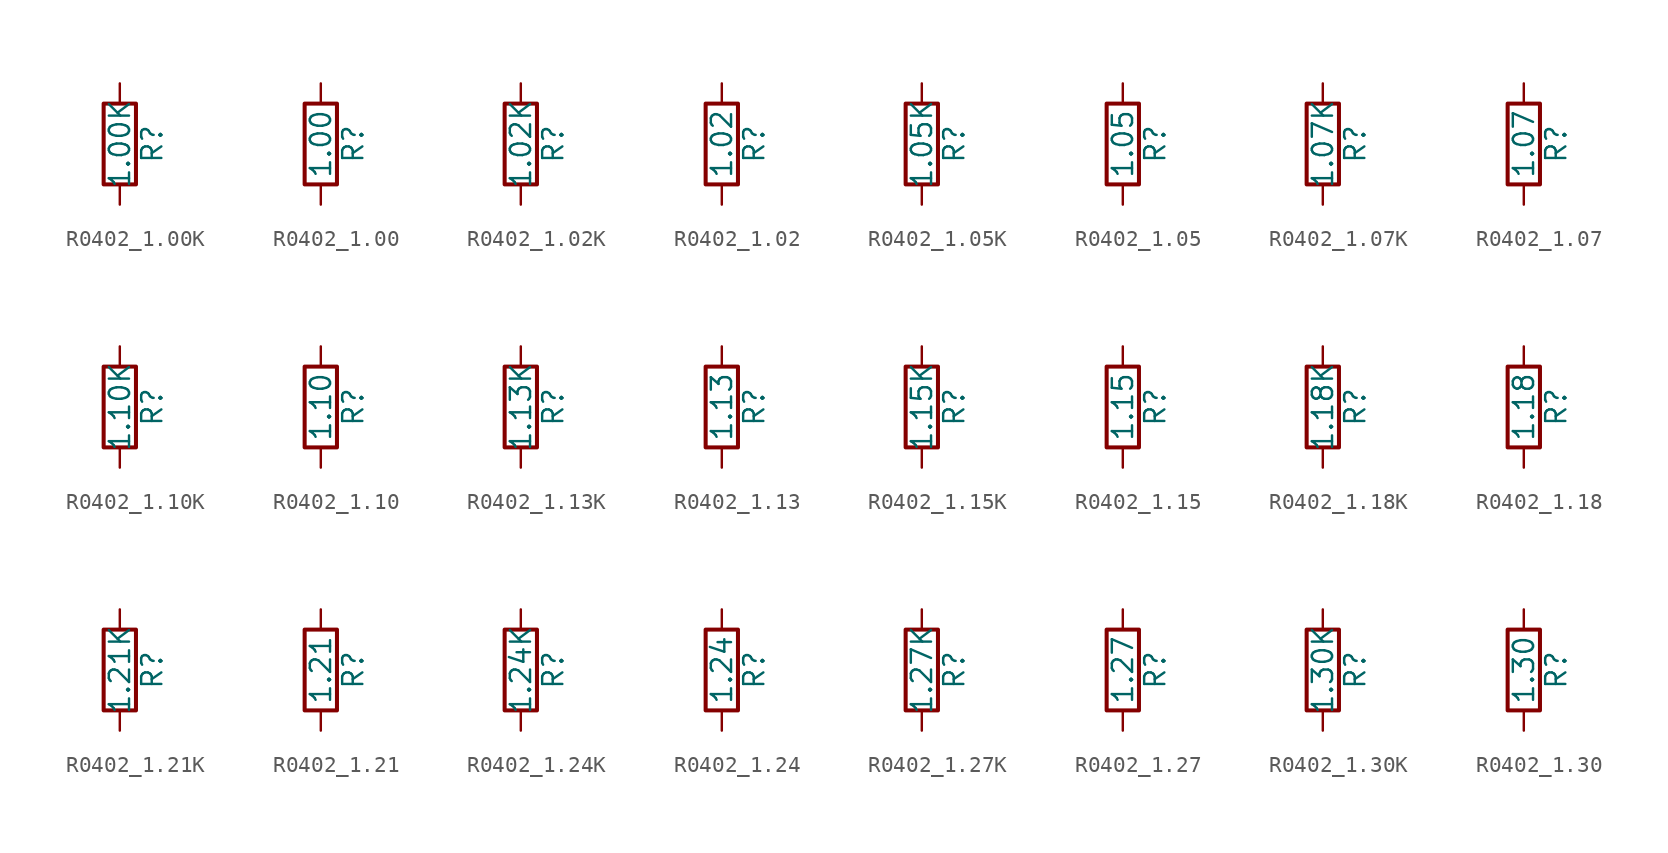
<source format=kicad_sym>
(kicad_symbol_lib
  (version 20211014)
  (generator atlantix-eda)
  (symbol "R0402_1.00K"
    (pin_numbers hide)
    (pin_names
      (offset 0))
    (property "Reference" "R"
      (at 2.032 0 90)
      (effects (font (size 1.27 1.27))))
    (property "Value" "1.00K"
      (at 0 0 90)
      (effects (font (size 1.27 1.27))))
    (symbol "R0402_1.00K_0_1"
      (rectangle (start -1.016 -2.54) (end 1.016 2.54) (stroke (width 0.254) (type default) (color 0 0 0 0)) (fill (type none))))
    (symbol "R0402_1.00K_1_1"
      (pin passive line (at 0 3.81 270) (length 1.27) (name "~" (effects (font (size 1.27 1.27)))) (number "1" (effects (font (size 1.27 1.27)))))
      (pin passive line (at 0 -3.81 90) (length 1.27) (name "~" (effects (font (size 1.27 1.27)))) (number "2" (effects (font (size 1.27 1.27)))))))
  (symbol "R0402_1.00"
    (pin_numbers hide)
    (pin_names
      (offset 0))
    (property "Reference" "R"
      (at 2.032 0 90)
      (effects (font (size 1.27 1.27))))
    (property "Value" "1.00"
      (at 0 0 90)
      (effects (font (size 1.27 1.27))))
    (symbol "R0402_1.00_0_1"
      (rectangle (start -1.016 -2.54) (end 1.016 2.54) (stroke (width 0.254) (type default) (color 0 0 0 0)) (fill (type none))))
    (symbol "R0402_1.00_1_1"
      (pin passive line (at 0 3.81 270) (length 1.27) (name "~" (effects (font (size 1.27 1.27)))) (number "1" (effects (font (size 1.27 1.27)))))
      (pin passive line (at 0 -3.81 90) (length 1.27) (name "~" (effects (font (size 1.27 1.27)))) (number "2" (effects (font (size 1.27 1.27)))))))
  (symbol "R0402_1.02K"
    (pin_numbers hide)
    (pin_names
      (offset 0))
    (property "Reference" "R"
      (at 2.032 0 90)
      (effects (font (size 1.27 1.27))))
    (property "Value" "1.02K"
      (at 0 0 90)
      (effects (font (size 1.27 1.27))))
    (symbol "R0402_1.02K_0_1"
      (rectangle (start -1.016 -2.54) (end 1.016 2.54) (stroke (width 0.254) (type default) (color 0 0 0 0)) (fill (type none))))
    (symbol "R0402_1.02K_1_1"
      (pin passive line (at 0 3.81 270) (length 1.27) (name "~" (effects (font (size 1.27 1.27)))) (number "1" (effects (font (size 1.27 1.27)))))
      (pin passive line (at 0 -3.81 90) (length 1.27) (name "~" (effects (font (size 1.27 1.27)))) (number "2" (effects (font (size 1.27 1.27)))))))
  (symbol "R0402_1.02"
    (pin_numbers hide)
    (pin_names
      (offset 0))
    (property "Reference" "R"
      (at 2.032 0 90)
      (effects (font (size 1.27 1.27))))
    (property "Value" "1.02"
      (at 0 0 90)
      (effects (font (size 1.27 1.27))))
    (symbol "R0402_1.02_0_1"
      (rectangle (start -1.016 -2.54) (end 1.016 2.54) (stroke (width 0.254) (type default) (color 0 0 0 0)) (fill (type none))))
    (symbol "R0402_1.02_1_1"
      (pin passive line (at 0 3.81 270) (length 1.27) (name "~" (effects (font (size 1.27 1.27)))) (number "1" (effects (font (size 1.27 1.27)))))
      (pin passive line (at 0 -3.81 90) (length 1.27) (name "~" (effects (font (size 1.27 1.27)))) (number "2" (effects (font (size 1.27 1.27)))))))
  (symbol "R0402_1.05K"
    (pin_numbers hide)
    (pin_names
      (offset 0))
    (property "Reference" "R"
      (at 2.032 0 90)
      (effects (font (size 1.27 1.27))))
    (property "Value" "1.05K"
      (at 0 0 90)
      (effects (font (size 1.27 1.27))))
    (symbol "R0402_1.05K_0_1"
      (rectangle (start -1.016 -2.54) (end 1.016 2.54) (stroke (width 0.254) (type default) (color 0 0 0 0)) (fill (type none))))
    (symbol "R0402_1.05K_1_1"
      (pin passive line (at 0 3.81 270) (length 1.27) (name "~" (effects (font (size 1.27 1.27)))) (number "1" (effects (font (size 1.27 1.27)))))
      (pin passive line (at 0 -3.81 90) (length 1.27) (name "~" (effects (font (size 1.27 1.27)))) (number "2" (effects (font (size 1.27 1.27)))))))
  (symbol "R0402_1.05"
    (pin_numbers hide)
    (pin_names
      (offset 0))
    (property "Reference" "R"
      (at 2.032 0 90)
      (effects (font (size 1.27 1.27))))
    (property "Value" "1.05"
      (at 0 0 90)
      (effects (font (size 1.27 1.27))))
    (symbol "R0402_1.05_0_1"
      (rectangle (start -1.016 -2.54) (end 1.016 2.54) (stroke (width 0.254) (type default) (color 0 0 0 0)) (fill (type none))))
    (symbol "R0402_1.05_1_1"
      (pin passive line (at 0 3.81 270) (length 1.27) (name "~" (effects (font (size 1.27 1.27)))) (number "1" (effects (font (size 1.27 1.27)))))
      (pin passive line (at 0 -3.81 90) (length 1.27) (name "~" (effects (font (size 1.27 1.27)))) (number "2" (effects (font (size 1.27 1.27)))))))
  (symbol "R0402_1.07K"
    (pin_numbers hide)
    (pin_names
      (offset 0))
    (property "Reference" "R"
      (at 2.032 0 90)
      (effects (font (size 1.27 1.27))))
    (property "Value" "1.07K"
      (at 0 0 90)
      (effects (font (size 1.27 1.27))))
    (symbol "R0402_1.07K_0_1"
      (rectangle (start -1.016 -2.54) (end 1.016 2.54) (stroke (width 0.254) (type default) (color 0 0 0 0)) (fill (type none))))
    (symbol "R0402_1.07K_1_1"
      (pin passive line (at 0 3.81 270) (length 1.27) (name "~" (effects (font (size 1.27 1.27)))) (number "1" (effects (font (size 1.27 1.27)))))
      (pin passive line (at 0 -3.81 90) (length 1.27) (name "~" (effects (font (size 1.27 1.27)))) (number "2" (effects (font (size 1.27 1.27)))))))
  (symbol "R0402_1.07"
    (pin_numbers hide)
    (pin_names
      (offset 0))
    (property "Reference" "R"
      (at 2.032 0 90)
      (effects (font (size 1.27 1.27))))
    (property "Value" "1.07"
      (at 0 0 90)
      (effects (font (size 1.27 1.27))))
    (symbol "R0402_1.07_0_1"
      (rectangle (start -1.016 -2.54) (end 1.016 2.54) (stroke (width 0.254) (type default) (color 0 0 0 0)) (fill (type none))))
    (symbol "R0402_1.07_1_1"
      (pin passive line (at 0 3.81 270) (length 1.27) (name "~" (effects (font (size 1.27 1.27)))) (number "1" (effects (font (size 1.27 1.27)))))
      (pin passive line (at 0 -3.81 90) (length 1.27) (name "~" (effects (font (size 1.27 1.27)))) (number "2" (effects (font (size 1.27 1.27)))))))
  (symbol "R0402_1.10K"
    (pin_numbers hide)
    (pin_names
      (offset 0))
    (property "Reference" "R"
      (at 2.032 0 90)
      (effects (font (size 1.27 1.27))))
    (property "Value" "1.10K"
      (at 0 0 90)
      (effects (font (size 1.27 1.27))))
    (symbol "R0402_1.10K_0_1"
      (rectangle (start -1.016 -2.54) (end 1.016 2.54) (stroke (width 0.254) (type default) (color 0 0 0 0)) (fill (type none))))
    (symbol "R0402_1.10K_1_1"
      (pin passive line (at 0 3.81 270) (length 1.27) (name "~" (effects (font (size 1.27 1.27)))) (number "1" (effects (font (size 1.27 1.27)))))
      (pin passive line (at 0 -3.81 90) (length 1.27) (name "~" (effects (font (size 1.27 1.27)))) (number "2" (effects (font (size 1.27 1.27)))))))
  (symbol "R0402_1.10"
    (pin_numbers hide)
    (pin_names
      (offset 0))
    (property "Reference" "R"
      (at 2.032 0 90)
      (effects (font (size 1.27 1.27))))
    (property "Value" "1.10"
      (at 0 0 90)
      (effects (font (size 1.27 1.27))))
    (symbol "R0402_1.10_0_1"
      (rectangle (start -1.016 -2.54) (end 1.016 2.54) (stroke (width 0.254) (type default) (color 0 0 0 0)) (fill (type none))))
    (symbol "R0402_1.10_1_1"
      (pin passive line (at 0 3.81 270) (length 1.27) (name "~" (effects (font (size 1.27 1.27)))) (number "1" (effects (font (size 1.27 1.27)))))
      (pin passive line (at 0 -3.81 90) (length 1.27) (name "~" (effects (font (size 1.27 1.27)))) (number "2" (effects (font (size 1.27 1.27)))))))
  (symbol "R0402_1.13K"
    (pin_numbers hide)
    (pin_names
      (offset 0))
    (property "Reference" "R"
      (at 2.032 0 90)
      (effects (font (size 1.27 1.27))))
    (property "Value" "1.13K"
      (at 0 0 90)
      (effects (font (size 1.27 1.27))))
    (symbol "R0402_1.13K_0_1"
      (rectangle (start -1.016 -2.54) (end 1.016 2.54) (stroke (width 0.254) (type default) (color 0 0 0 0)) (fill (type none))))
    (symbol "R0402_1.13K_1_1"
      (pin passive line (at 0 3.81 270) (length 1.27) (name "~" (effects (font (size 1.27 1.27)))) (number "1" (effects (font (size 1.27 1.27)))))
      (pin passive line (at 0 -3.81 90) (length 1.27) (name "~" (effects (font (size 1.27 1.27)))) (number "2" (effects (font (size 1.27 1.27)))))))
  (symbol "R0402_1.13"
    (pin_numbers hide)
    (pin_names
      (offset 0))
    (property "Reference" "R"
      (at 2.032 0 90)
      (effects (font (size 1.27 1.27))))
    (property "Value" "1.13"
      (at 0 0 90)
      (effects (font (size 1.27 1.27))))
    (symbol "R0402_1.13_0_1"
      (rectangle (start -1.016 -2.54) (end 1.016 2.54) (stroke (width 0.254) (type default) (color 0 0 0 0)) (fill (type none))))
    (symbol "R0402_1.13_1_1"
      (pin passive line (at 0 3.81 270) (length 1.27) (name "~" (effects (font (size 1.27 1.27)))) (number "1" (effects (font (size 1.27 1.27)))))
      (pin passive line (at 0 -3.81 90) (length 1.27) (name "~" (effects (font (size 1.27 1.27)))) (number "2" (effects (font (size 1.27 1.27)))))))
  (symbol "R0402_1.15K"
    (pin_numbers hide)
    (pin_names
      (offset 0))
    (property "Reference" "R"
      (at 2.032 0 90)
      (effects (font (size 1.27 1.27))))
    (property "Value" "1.15K"
      (at 0 0 90)
      (effects (font (size 1.27 1.27))))
    (symbol "R0402_1.15K_0_1"
      (rectangle (start -1.016 -2.54) (end 1.016 2.54) (stroke (width 0.254) (type default) (color 0 0 0 0)) (fill (type none))))
    (symbol "R0402_1.15K_1_1"
      (pin passive line (at 0 3.81 270) (length 1.27) (name "~" (effects (font (size 1.27 1.27)))) (number "1" (effects (font (size 1.27 1.27)))))
      (pin passive line (at 0 -3.81 90) (length 1.27) (name "~" (effects (font (size 1.27 1.27)))) (number "2" (effects (font (size 1.27 1.27)))))))
  (symbol "R0402_1.15"
    (pin_numbers hide)
    (pin_names
      (offset 0))
    (property "Reference" "R"
      (at 2.032 0 90)
      (effects (font (size 1.27 1.27))))
    (property "Value" "1.15"
      (at 0 0 90)
      (effects (font (size 1.27 1.27))))
    (symbol "R0402_1.15_0_1"
      (rectangle (start -1.016 -2.54) (end 1.016 2.54) (stroke (width 0.254) (type default) (color 0 0 0 0)) (fill (type none))))
    (symbol "R0402_1.15_1_1"
      (pin passive line (at 0 3.81 270) (length 1.27) (name "~" (effects (font (size 1.27 1.27)))) (number "1" (effects (font (size 1.27 1.27)))))
      (pin passive line (at 0 -3.81 90) (length 1.27) (name "~" (effects (font (size 1.27 1.27)))) (number "2" (effects (font (size 1.27 1.27)))))))
  (symbol "R0402_1.18K"
    (pin_numbers hide)
    (pin_names
      (offset 0))
    (property "Reference" "R"
      (at 2.032 0 90)
      (effects (font (size 1.27 1.27))))
    (property "Value" "1.18K"
      (at 0 0 90)
      (effects (font (size 1.27 1.27))))
    (symbol "R0402_1.18K_0_1"
      (rectangle (start -1.016 -2.54) (end 1.016 2.54) (stroke (width 0.254) (type default) (color 0 0 0 0)) (fill (type none))))
    (symbol "R0402_1.18K_1_1"
      (pin passive line (at 0 3.81 270) (length 1.27) (name "~" (effects (font (size 1.27 1.27)))) (number "1" (effects (font (size 1.27 1.27)))))
      (pin passive line (at 0 -3.81 90) (length 1.27) (name "~" (effects (font (size 1.27 1.27)))) (number "2" (effects (font (size 1.27 1.27)))))))
  (symbol "R0402_1.18"
    (pin_numbers hide)
    (pin_names
      (offset 0))
    (property "Reference" "R"
      (at 2.032 0 90)
      (effects (font (size 1.27 1.27))))
    (property "Value" "1.18"
      (at 0 0 90)
      (effects (font (size 1.27 1.27))))
    (symbol "R0402_1.18_0_1"
      (rectangle (start -1.016 -2.54) (end 1.016 2.54) (stroke (width 0.254) (type default) (color 0 0 0 0)) (fill (type none))))
    (symbol "R0402_1.18_1_1"
      (pin passive line (at 0 3.81 270) (length 1.27) (name "~" (effects (font (size 1.27 1.27)))) (number "1" (effects (font (size 1.27 1.27)))))
      (pin passive line (at 0 -3.81 90) (length 1.27) (name "~" (effects (font (size 1.27 1.27)))) (number "2" (effects (font (size 1.27 1.27)))))))
  (symbol "R0402_1.21K"
    (pin_numbers hide)
    (pin_names
      (offset 0))
    (property "Reference" "R"
      (at 2.032 0 90)
      (effects (font (size 1.27 1.27))))
    (property "Value" "1.21K"
      (at 0 0 90)
      (effects (font (size 1.27 1.27))))
    (symbol "R0402_1.21K_0_1"
      (rectangle (start -1.016 -2.54) (end 1.016 2.54) (stroke (width 0.254) (type default) (color 0 0 0 0)) (fill (type none))))
    (symbol "R0402_1.21K_1_1"
      (pin passive line (at 0 3.81 270) (length 1.27) (name "~" (effects (font (size 1.27 1.27)))) (number "1" (effects (font (size 1.27 1.27)))))
      (pin passive line (at 0 -3.81 90) (length 1.27) (name "~" (effects (font (size 1.27 1.27)))) (number "2" (effects (font (size 1.27 1.27)))))))
  (symbol "R0402_1.21"
    (pin_numbers hide)
    (pin_names
      (offset 0))
    (property "Reference" "R"
      (at 2.032 0 90)
      (effects (font (size 1.27 1.27))))
    (property "Value" "1.21"
      (at 0 0 90)
      (effects (font (size 1.27 1.27))))
    (symbol "R0402_1.21_0_1"
      (rectangle (start -1.016 -2.54) (end 1.016 2.54) (stroke (width 0.254) (type default) (color 0 0 0 0)) (fill (type none))))
    (symbol "R0402_1.21_1_1"
      (pin passive line (at 0 3.81 270) (length 1.27) (name "~" (effects (font (size 1.27 1.27)))) (number "1" (effects (font (size 1.27 1.27)))))
      (pin passive line (at 0 -3.81 90) (length 1.27) (name "~" (effects (font (size 1.27 1.27)))) (number "2" (effects (font (size 1.27 1.27)))))))
  (symbol "R0402_1.24K"
    (pin_numbers hide)
    (pin_names
      (offset 0))
    (property "Reference" "R"
      (at 2.032 0 90)
      (effects (font (size 1.27 1.27))))
    (property "Value" "1.24K"
      (at 0 0 90)
      (effects (font (size 1.27 1.27))))
    (symbol "R0402_1.24K_0_1"
      (rectangle (start -1.016 -2.54) (end 1.016 2.54) (stroke (width 0.254) (type default) (color 0 0 0 0)) (fill (type none))))
    (symbol "R0402_1.24K_1_1"
      (pin passive line (at 0 3.81 270) (length 1.27) (name "~" (effects (font (size 1.27 1.27)))) (number "1" (effects (font (size 1.27 1.27)))))
      (pin passive line (at 0 -3.81 90) (length 1.27) (name "~" (effects (font (size 1.27 1.27)))) (number "2" (effects (font (size 1.27 1.27)))))))
  (symbol "R0402_1.24"
    (pin_numbers hide)
    (pin_names
      (offset 0))
    (property "Reference" "R"
      (at 2.032 0 90)
      (effects (font (size 1.27 1.27))))
    (property "Value" "1.24"
      (at 0 0 90)
      (effects (font (size 1.27 1.27))))
    (symbol "R0402_1.24_0_1"
      (rectangle (start -1.016 -2.54) (end 1.016 2.54) (stroke (width 0.254) (type default) (color 0 0 0 0)) (fill (type none))))
    (symbol "R0402_1.24_1_1"
      (pin passive line (at 0 3.81 270) (length 1.27) (name "~" (effects (font (size 1.27 1.27)))) (number "1" (effects (font (size 1.27 1.27)))))
      (pin passive line (at 0 -3.81 90) (length 1.27) (name "~" (effects (font (size 1.27 1.27)))) (number "2" (effects (font (size 1.27 1.27)))))))
  (symbol "R0402_1.27K"
    (pin_numbers hide)
    (pin_names
      (offset 0))
    (property "Reference" "R"
      (at 2.032 0 90)
      (effects (font (size 1.27 1.27))))
    (property "Value" "1.27K"
      (at 0 0 90)
      (effects (font (size 1.27 1.27))))
    (symbol "R0402_1.27K_0_1"
      (rectangle (start -1.016 -2.54) (end 1.016 2.54) (stroke (width 0.254) (type default) (color 0 0 0 0)) (fill (type none))))
    (symbol "R0402_1.27K_1_1"
      (pin passive line (at 0 3.81 270) (length 1.27) (name "~" (effects (font (size 1.27 1.27)))) (number "1" (effects (font (size 1.27 1.27)))))
      (pin passive line (at 0 -3.81 90) (length 1.27) (name "~" (effects (font (size 1.27 1.27)))) (number "2" (effects (font (size 1.27 1.27)))))))
  (symbol "R0402_1.27"
    (pin_numbers hide)
    (pin_names
      (offset 0))
    (property "Reference" "R"
      (at 2.032 0 90)
      (effects (font (size 1.27 1.27))))
    (property "Value" "1.27"
      (at 0 0 90)
      (effects (font (size 1.27 1.27))))
    (symbol "R0402_1.27_0_1"
      (rectangle (start -1.016 -2.54) (end 1.016 2.54) (stroke (width 0.254) (type default) (color 0 0 0 0)) (fill (type none))))
    (symbol "R0402_1.27_1_1"
      (pin passive line (at 0 3.81 270) (length 1.27) (name "~" (effects (font (size 1.27 1.27)))) (number "1" (effects (font (size 1.27 1.27)))))
      (pin passive line (at 0 -3.81 90) (length 1.27) (name "~" (effects (font (size 1.27 1.27)))) (number "2" (effects (font (size 1.27 1.27)))))))
  (symbol "R0402_1.30K"
    (pin_numbers hide)
    (pin_names
      (offset 0))
    (property "Reference" "R"
      (at 2.032 0 90)
      (effects (font (size 1.27 1.27))))
    (property "Value" "1.30K"
      (at 0 0 90)
      (effects (font (size 1.27 1.27))))
    (symbol "R0402_1.30K_0_1"
      (rectangle (start -1.016 -2.54) (end 1.016 2.54) (stroke (width 0.254) (type default) (color 0 0 0 0)) (fill (type none))))
    (symbol "R0402_1.30K_1_1"
      (pin passive line (at 0 3.81 270) (length 1.27) (name "~" (effects (font (size 1.27 1.27)))) (number "1" (effects (font (size 1.27 1.27)))))
      (pin passive line (at 0 -3.81 90) (length 1.27) (name "~" (effects (font (size 1.27 1.27)))) (number "2" (effects (font (size 1.27 1.27)))))))
  (symbol "R0402_1.30"
    (pin_numbers hide)
    (pin_names
      (offset 0))
    (property "Reference" "R"
      (at 2.032 0 90)
      (effects (font (size 1.27 1.27))))
    (property "Value" "1.30"
      (at 0 0 90)
      (effects (font (size 1.27 1.27))))
    (symbol "R0402_1.30_0_1"
      (rectangle (start -1.016 -2.54) (end 1.016 2.54) (stroke (width 0.254) (type default) (color 0 0 0 0)) (fill (type none))))
    (symbol "R0402_1.30_1_1"
      (pin passive line (at 0 3.81 270) (length 1.27) (name "~" (effects (font (size 1.27 1.27)))) (number "1" (effects (font (size 1.27 1.27)))))
      (pin passive line (at 0 -3.81 90) (length 1.27) (name "~" (effects (font (size 1.27 1.27)))) (number "2" (effects (font (size 1.27 1.27))))))))
</source>
